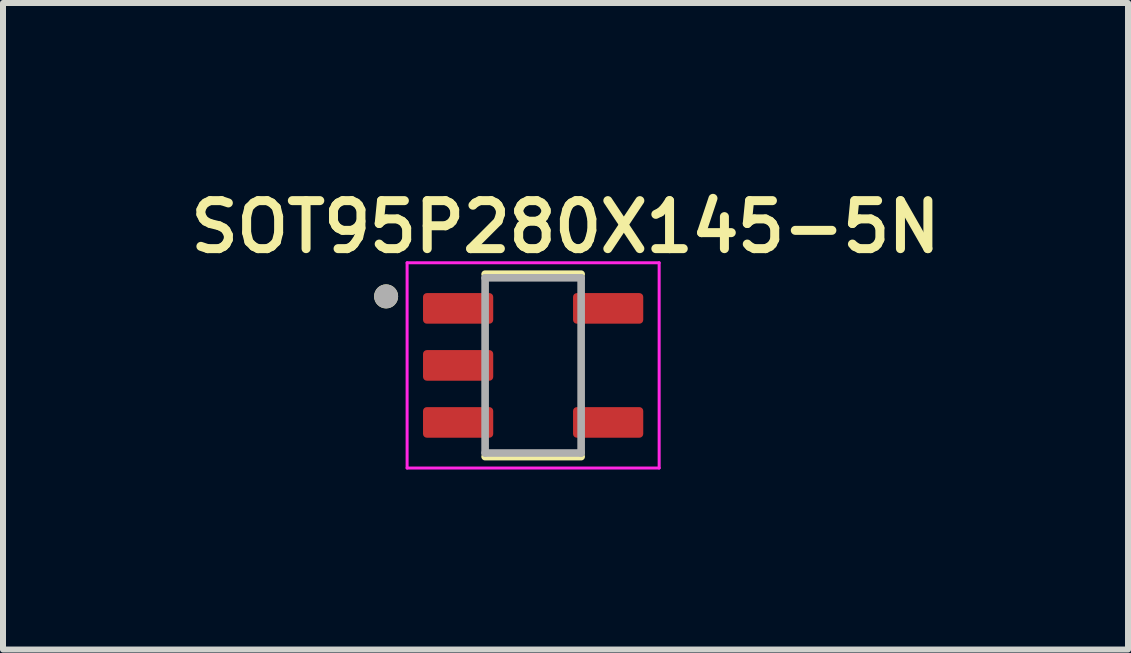
<source format=kicad_pcb>
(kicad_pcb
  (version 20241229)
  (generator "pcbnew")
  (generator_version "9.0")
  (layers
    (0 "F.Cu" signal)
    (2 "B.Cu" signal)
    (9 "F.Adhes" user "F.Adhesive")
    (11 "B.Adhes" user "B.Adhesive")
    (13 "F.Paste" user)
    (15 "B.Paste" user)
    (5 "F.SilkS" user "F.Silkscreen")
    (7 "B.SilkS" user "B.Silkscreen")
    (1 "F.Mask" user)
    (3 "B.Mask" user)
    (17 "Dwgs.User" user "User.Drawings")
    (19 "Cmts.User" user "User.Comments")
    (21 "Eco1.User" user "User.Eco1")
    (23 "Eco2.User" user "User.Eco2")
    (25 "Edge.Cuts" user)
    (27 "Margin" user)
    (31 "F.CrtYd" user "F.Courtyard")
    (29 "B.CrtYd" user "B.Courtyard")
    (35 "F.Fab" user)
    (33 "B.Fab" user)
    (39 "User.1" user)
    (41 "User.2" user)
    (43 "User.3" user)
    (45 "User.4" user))
  (footprint "SOT95P280X145-5N"
    (layer "F.Cu")
    (at 5.834 3.039)
    (property "Reference" "SOT95P280X145-5N" (at 0.54 -2.308 0) (layer "F.SilkS") (effects (font (size 0.8 0.8) (thickness 0.15))))
    (attr smd)
    (fp_line (start -0.8 -1.52) (end 0.8 -1.52) (stroke (width 0.127) (type solid)) (layer "F.SilkS"))
    (fp_line (start -0.8 1.52) (end 0.8 1.52) (stroke (width 0.127) (type solid)) (layer "F.SilkS"))
    (fp_circle (center -2.45 -1.15) (end -2.35 -1.15) (stroke (width 0.2) (type solid)) (fill no) (layer "F.SilkS"))
    (fp_line (start -2.1 -1.71) (end -2.1 1.71) (stroke (width 0.05) (type solid)) (layer "F.CrtYd"))
    (fp_line (start -2.1 1.71) (end 2.1 1.71) (stroke (width 0.05) (type solid)) (layer "F.CrtYd"))
    (fp_line (start 2.1 -1.71) (end -2.1 -1.71) (stroke (width 0.05) (type solid)) (layer "F.CrtYd"))
    (fp_line (start 2.1 1.71) (end 2.1 -1.71) (stroke (width 0.05) (type solid)) (layer "F.CrtYd"))
    (fp_line (start -0.8 -1.46) (end 0.8 -1.46) (stroke (width 0.127) (type solid)) (layer "F.Fab"))
    (fp_line (start -0.8 1.46) (end -0.8 -1.46) (stroke (width 0.127) (type solid)) (layer "F.Fab"))
    (fp_line (start 0.8 -1.46) (end 0.8 1.46) (stroke (width 0.127) (type solid)) (layer "F.Fab"))
    (fp_line (start 0.8 1.46) (end -0.8 1.46) (stroke (width 0.127) (type solid)) (layer "F.Fab"))
    (fp_circle (center -2.45 -1.15) (end -2.35 -1.15) (stroke (width 0.2) (type solid)) (fill no) (layer "F.Fab"))
    (pad "1" smd roundrect (at -1.25 -0.95) (size 1.17 0.51) (layers "F.Cu" "F.Mask" "F.Paste") (roundrect_rratio 0.125))
    (pad "2" smd roundrect (at -1.25 0) (size 1.17 0.51) (layers "F.Cu" "F.Mask" "F.Paste") (roundrect_rratio 0.125))
    (pad "3" smd roundrect (at -1.25 0.95) (size 1.17 0.51) (layers "F.Cu" "F.Mask" "F.Paste") (roundrect_rratio 0.125))
    (pad "4" smd roundrect (at 1.25 0.95) (size 1.17 0.51) (layers "F.Cu" "F.Mask" "F.Paste") (roundrect_rratio 0.125))
    (pad "5" smd roundrect (at 1.25 -0.95) (size 1.17 0.51) (layers "F.Cu" "F.Mask" "F.Paste") (roundrect_rratio 0.125)))
  (gr_rect
    (start -3 -3)
    (end 15.747 7.774)
    (stroke (width 0.1) (type default))
    (fill no)
    (layer "Edge.Cuts")))
</source>
